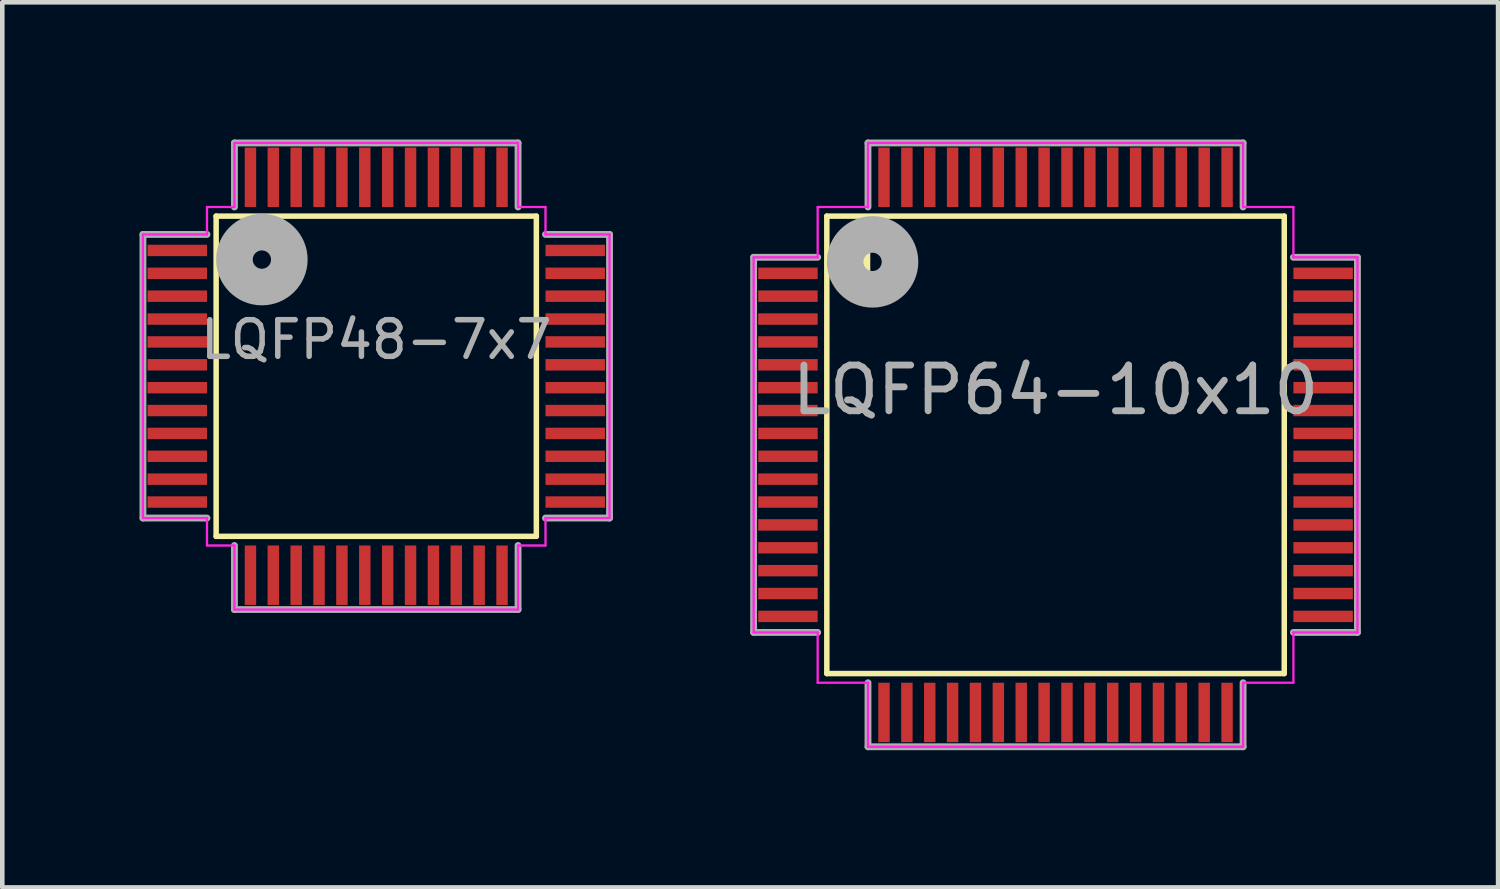
<source format=kicad_pcb>
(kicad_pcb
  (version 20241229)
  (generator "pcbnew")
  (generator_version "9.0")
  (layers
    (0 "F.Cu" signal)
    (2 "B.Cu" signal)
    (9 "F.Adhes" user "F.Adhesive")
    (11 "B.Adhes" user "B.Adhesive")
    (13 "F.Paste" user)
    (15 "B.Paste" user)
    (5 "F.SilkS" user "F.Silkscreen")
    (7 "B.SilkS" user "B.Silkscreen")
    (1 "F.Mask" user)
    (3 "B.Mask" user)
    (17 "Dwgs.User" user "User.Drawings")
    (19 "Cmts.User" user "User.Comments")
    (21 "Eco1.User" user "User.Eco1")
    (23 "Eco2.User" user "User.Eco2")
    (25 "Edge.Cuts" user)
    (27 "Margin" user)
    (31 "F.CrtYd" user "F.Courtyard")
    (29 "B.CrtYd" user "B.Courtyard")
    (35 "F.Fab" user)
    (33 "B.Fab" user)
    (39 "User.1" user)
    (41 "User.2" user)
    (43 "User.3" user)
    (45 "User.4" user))
  (footprint "LQFP64-10x10"
    (layer "F.Cu")
    (at 20.025 6.675)
    (property "Reference" "LQFP64-10x10" (at 0 -1.2 0) (layer "F.Fab") (effects (font (size 1 1) (thickness 0.15))))
    (attr smd)
    (fp_line (start -5 -5) (end 5 -5) (stroke (width 0.12) (type solid)) (layer "F.SilkS"))
    (fp_line (start -5 5) (end -5 -5) (stroke (width 0.12) (type solid)) (layer "F.SilkS"))
    (fp_line (start 5 -5) (end 5 5) (stroke (width 0.12) (type solid)) (layer "F.SilkS"))
    (fp_line (start 5 5) (end -5 5) (stroke (width 0.12) (type solid)) (layer "F.SilkS"))
    (fp_poly (pts (xy -4.1 -3.25) (xy -4.6 -3.75) (xy -4.1 -4.25)) (stroke (width 0.1) (type solid)) (fill yes) (layer "F.SilkS"))
    (fp_line (start -6.6 -4.1) (end -5.2 -4.1) (stroke (width 0.05) (type solid)) (layer "F.CrtYd"))
    (fp_line (start -6.6 4.1) (end -6.6 -4.1) (stroke (width 0.05) (type solid)) (layer "F.CrtYd"))
    (fp_line (start -5.2 -5.2) (end -4.1 -5.2) (stroke (width 0.05) (type solid)) (layer "F.CrtYd"))
    (fp_line (start -5.2 -4.1) (end -5.2 -5.2) (stroke (width 0.05) (type solid)) (layer "F.CrtYd"))
    (fp_line (start -5.2 4.1) (end -6.6 4.1) (stroke (width 0.05) (type solid)) (layer "F.CrtYd"))
    (fp_line (start -5.2 5.2) (end -5.2 4.1) (stroke (width 0.05) (type solid)) (layer "F.CrtYd"))
    (fp_line (start -4.1 -6.6) (end 4.1 -6.6) (stroke (width 0.05) (type solid)) (layer "F.CrtYd"))
    (fp_line (start -4.1 -5.2) (end -4.1 -6.6) (stroke (width 0.05) (type solid)) (layer "F.CrtYd"))
    (fp_line (start -4.1 5.2) (end -5.2 5.2) (stroke (width 0.05) (type solid)) (layer "F.CrtYd"))
    (fp_line (start -4.1 6.6) (end -4.1 5.2) (stroke (width 0.05) (type solid)) (layer "F.CrtYd"))
    (fp_line (start 4.1 -6.6) (end 4.1 -5.2) (stroke (width 0.05) (type solid)) (layer "F.CrtYd"))
    (fp_line (start 4.1 -5.2) (end 5.2 -5.2) (stroke (width 0.05) (type solid)) (layer "F.CrtYd"))
    (fp_line (start 4.1 5.2) (end 4.1 6.6) (stroke (width 0.05) (type solid)) (layer "F.CrtYd"))
    (fp_line (start 4.1 6.6) (end -4.1 6.6) (stroke (width 0.05) (type solid)) (layer "F.CrtYd"))
    (fp_line (start 5.2 -5.2) (end 5.2 -4.1) (stroke (width 0.05) (type solid)) (layer "F.CrtYd"))
    (fp_line (start 5.2 -4.1) (end 6.6 -4.1) (stroke (width 0.05) (type solid)) (layer "F.CrtYd"))
    (fp_line (start 5.2 4.1) (end 5.2 5.2) (stroke (width 0.05) (type solid)) (layer "F.CrtYd"))
    (fp_line (start 5.2 5.2) (end 4.1 5.2) (stroke (width 0.05) (type solid)) (layer "F.CrtYd"))
    (fp_line (start 6.6 -4.1) (end 6.6 4.1) (stroke (width 0.05) (type solid)) (layer "F.CrtYd"))
    (fp_line (start 6.6 4.1) (end 5.2 4.1) (stroke (width 0.05) (type solid)) (layer "F.CrtYd"))
    (fp_line (start -6.6 -4.1) (end -6.6 4.1) (stroke (width 0.15) (type solid)) (layer "F.Fab"))
    (fp_line (start -6.6 -4.1) (end -5.2 -4.1) (stroke (width 0.15) (type solid)) (layer "F.Fab"))
    (fp_line (start -5.2 4.1) (end -6.6 4.1) (stroke (width 0.15) (type solid)) (layer "F.Fab"))
    (fp_line (start -4.1 -6.6) (end -4.1 -5.2) (stroke (width 0.15) (type solid)) (layer "F.Fab"))
    (fp_line (start -4.1 -6.6) (end 4.1 -6.6) (stroke (width 0.15) (type solid)) (layer "F.Fab"))
    (fp_line (start -4.1 5.2) (end -4.1 6.6) (stroke (width 0.15) (type solid)) (layer "F.Fab"))
    (fp_line (start 4.1 -6.6) (end 4.1 -5.2) (stroke (width 0.15) (type solid)) (layer "F.Fab"))
    (fp_line (start 4.1 5.2) (end 4.1 6.6) (stroke (width 0.15) (type solid)) (layer "F.Fab"))
    (fp_line (start 4.1 6.6) (end -4.1 6.6) (stroke (width 0.15) (type solid)) (layer "F.Fab"))
    (fp_line (start 5.2 -4.1) (end 6.6 -4.1) (stroke (width 0.15) (type solid)) (layer "F.Fab"))
    (fp_line (start 5.2 4.1) (end 6.6 4.1) (stroke (width 0.15) (type solid)) (layer "F.Fab"))
    (fp_line (start 6.6 4.1) (end 6.6 -4.1) (stroke (width 0.15) (type solid)) (layer "F.Fab"))
    (fp_circle (center -4 -4) (end -3.8 -4) (stroke (width 0.8) (type solid)) (fill no) (layer "F.Fab"))
    (pad "1" smd rect (at -5.85 -3.75) (size 1.3 0.25) (layers "F.Cu" "F.Mask" "F.Paste"))
    (pad "2" smd rect (at -5.85 -3.25) (size 1.3 0.25) (layers "F.Cu" "F.Mask" "F.Paste"))
    (pad "3" smd rect (at -5.85 -2.75) (size 1.3 0.25) (layers "F.Cu" "F.Mask" "F.Paste"))
    (pad "4" smd rect (at -5.85 -2.25) (size 1.3 0.25) (layers "F.Cu" "F.Mask" "F.Paste"))
    (pad "5" smd rect (at -5.85 -1.75) (size 1.3 0.25) (layers "F.Cu" "F.Mask" "F.Paste"))
    (pad "6" smd rect (at -5.85 -1.25) (size 1.3 0.25) (layers "F.Cu" "F.Mask" "F.Paste"))
    (pad "7" smd rect (at -5.85 -0.75) (size 1.3 0.25) (layers "F.Cu" "F.Mask" "F.Paste"))
    (pad "8" smd rect (at -5.85 -0.25) (size 1.3 0.25) (layers "F.Cu" "F.Mask" "F.Paste"))
    (pad "9" smd rect (at -5.85 0.25) (size 1.3 0.25) (layers "F.Cu" "F.Mask" "F.Paste"))
    (pad "10" smd rect (at -5.85 0.75) (size 1.3 0.25) (layers "F.Cu" "F.Mask" "F.Paste"))
    (pad "11" smd rect (at -5.85 1.25) (size 1.3 0.25) (layers "F.Cu" "F.Mask" "F.Paste"))
    (pad "12" smd rect (at -5.85 1.75) (size 1.3 0.25) (layers "F.Cu" "F.Mask" "F.Paste"))
    (pad "13" smd rect (at -5.85 2.25) (size 1.3 0.25) (layers "F.Cu" "F.Mask" "F.Paste"))
    (pad "14" smd rect (at -5.85 2.75) (size 1.3 0.25) (layers "F.Cu" "F.Mask" "F.Paste"))
    (pad "15" smd rect (at -5.85 3.25) (size 1.3 0.25) (layers "F.Cu" "F.Mask" "F.Paste"))
    (pad "16" smd rect (at -5.85 3.75) (size 1.3 0.25) (layers "F.Cu" "F.Mask" "F.Paste"))
    (pad "17" smd rect (at -3.75 5.85 90) (size 1.3 0.25) (layers "F.Cu" "F.Mask" "F.Paste"))
    (pad "18" smd rect (at -3.25 5.85 90) (size 1.3 0.25) (layers "F.Cu" "F.Mask" "F.Paste"))
    (pad "19" smd rect (at -2.75 5.85 90) (size 1.3 0.25) (layers "F.Cu" "F.Mask" "F.Paste"))
    (pad "20" smd rect (at -2.25 5.85 90) (size 1.3 0.25) (layers "F.Cu" "F.Mask" "F.Paste"))
    (pad "21" smd rect (at -1.75 5.85 90) (size 1.3 0.25) (layers "F.Cu" "F.Mask" "F.Paste"))
    (pad "22" smd rect (at -1.25 5.85 90) (size 1.3 0.25) (layers "F.Cu" "F.Mask" "F.Paste"))
    (pad "23" smd rect (at -0.75 5.85 90) (size 1.3 0.25) (layers "F.Cu" "F.Mask" "F.Paste"))
    (pad "24" smd rect (at -0.25 5.85 90) (size 1.3 0.25) (layers "F.Cu" "F.Mask" "F.Paste"))
    (pad "25" smd rect (at 0.25 5.85 90) (size 1.3 0.25) (layers "F.Cu" "F.Mask" "F.Paste"))
    (pad "26" smd rect (at 0.75 5.85 90) (size 1.3 0.25) (layers "F.Cu" "F.Mask" "F.Paste"))
    (pad "27" smd rect (at 1.25 5.85 90) (size 1.3 0.25) (layers "F.Cu" "F.Mask" "F.Paste"))
    (pad "28" smd rect (at 1.75 5.85 90) (size 1.3 0.25) (layers "F.Cu" "F.Mask" "F.Paste"))
    (pad "29" smd rect (at 2.25 5.85 90) (size 1.3 0.25) (layers "F.Cu" "F.Mask" "F.Paste"))
    (pad "30" smd rect (at 2.75 5.85 90) (size 1.3 0.25) (layers "F.Cu" "F.Mask" "F.Paste"))
    (pad "31" smd rect (at 3.25 5.85 90) (size 1.3 0.25) (layers "F.Cu" "F.Mask" "F.Paste"))
    (pad "32" smd rect (at 3.75 5.85 90) (size 1.3 0.25) (layers "F.Cu" "F.Mask" "F.Paste"))
    (pad "33" smd rect (at 5.85 3.75) (size 1.3 0.25) (layers "F.Cu" "F.Mask" "F.Paste"))
    (pad "34" smd rect (at 5.85 3.25) (size 1.3 0.25) (layers "F.Cu" "F.Mask" "F.Paste"))
    (pad "35" smd rect (at 5.85 2.75) (size 1.3 0.25) (layers "F.Cu" "F.Mask" "F.Paste"))
    (pad "36" smd rect (at 5.85 2.25) (size 1.3 0.25) (layers "F.Cu" "F.Mask" "F.Paste"))
    (pad "37" smd rect (at 5.85 1.75) (size 1.3 0.25) (layers "F.Cu" "F.Mask" "F.Paste"))
    (pad "38" smd rect (at 5.85 1.25) (size 1.3 0.25) (layers "F.Cu" "F.Mask" "F.Paste"))
    (pad "39" smd rect (at 5.85 0.75) (size 1.3 0.25) (layers "F.Cu" "F.Mask" "F.Paste"))
    (pad "40" smd rect (at 5.85 0.25) (size 1.3 0.25) (layers "F.Cu" "F.Mask" "F.Paste"))
    (pad "41" smd rect (at 5.85 -0.25) (size 1.3 0.25) (layers "F.Cu" "F.Mask" "F.Paste"))
    (pad "42" smd rect (at 5.85 -0.75) (size 1.3 0.25) (layers "F.Cu" "F.Mask" "F.Paste"))
    (pad "43" smd rect (at 5.85 -1.25) (size 1.3 0.25) (layers "F.Cu" "F.Mask" "F.Paste"))
    (pad "44" smd rect (at 5.85 -1.75) (size 1.3 0.25) (layers "F.Cu" "F.Mask" "F.Paste"))
    (pad "45" smd rect (at 5.85 -2.25) (size 1.3 0.25) (layers "F.Cu" "F.Mask" "F.Paste"))
    (pad "46" smd rect (at 5.85 -2.75) (size 1.3 0.25) (layers "F.Cu" "F.Mask" "F.Paste"))
    (pad "47" smd rect (at 5.85 -3.25) (size 1.3 0.25) (layers "F.Cu" "F.Mask" "F.Paste"))
    (pad "48" smd rect (at 5.85 -3.75) (size 1.3 0.25) (layers "F.Cu" "F.Mask" "F.Paste"))
    (pad "49" smd rect (at 3.75 -5.85 90) (size 1.3 0.25) (layers "F.Cu" "F.Mask" "F.Paste"))
    (pad "50" smd rect (at 3.25 -5.85 90) (size 1.3 0.25) (layers "F.Cu" "F.Mask" "F.Paste"))
    (pad "51" smd rect (at 2.75 -5.85 90) (size 1.3 0.25) (layers "F.Cu" "F.Mask" "F.Paste"))
    (pad "52" smd rect (at 2.25 -5.85 90) (size 1.3 0.25) (layers "F.Cu" "F.Mask" "F.Paste"))
    (pad "53" smd rect (at 1.75 -5.85 90) (size 1.3 0.25) (layers "F.Cu" "F.Mask" "F.Paste"))
    (pad "54" smd rect (at 1.25 -5.85 90) (size 1.3 0.25) (layers "F.Cu" "F.Mask" "F.Paste"))
    (pad "55" smd rect (at 0.75 -5.85 90) (size 1.3 0.25) (layers "F.Cu" "F.Mask" "F.Paste"))
    (pad "56" smd rect (at 0.25 -5.85 90) (size 1.3 0.25) (layers "F.Cu" "F.Mask" "F.Paste"))
    (pad "57" smd rect (at -0.25 -5.85 90) (size 1.3 0.25) (layers "F.Cu" "F.Mask" "F.Paste"))
    (pad "58" smd rect (at -0.75 -5.85 90) (size 1.3 0.25) (layers "F.Cu" "F.Mask" "F.Paste"))
    (pad "59" smd rect (at -1.25 -5.85 90) (size 1.3 0.25) (layers "F.Cu" "F.Mask" "F.Paste"))
    (pad "60" smd rect (at -1.75 -5.85 90) (size 1.3 0.25) (layers "F.Cu" "F.Mask" "F.Paste"))
    (pad "61" smd rect (at -2.25 -5.85 90) (size 1.3 0.25) (layers "F.Cu" "F.Mask" "F.Paste"))
    (pad "62" smd rect (at -2.75 -5.85 90) (size 1.3 0.25) (layers "F.Cu" "F.Mask" "F.Paste"))
    (pad "63" smd rect (at -3.25 -5.85 90) (size 1.3 0.25) (layers "F.Cu" "F.Mask" "F.Paste"))
    (pad "64" smd rect (at -3.75 -5.85 90) (size 1.3 0.25) (layers "F.Cu" "F.Mask" "F.Paste")))
  (footprint "LQFP48-7x7"
    (layer "F.Cu")
    (at 5.175 5.175)
    (property "Reference" "LQFP48-7x7" (at 0 -0.8 0) (layer "F.Fab") (effects (font (size 0.8 0.8) (thickness 0.12))))
    (attr smd)
    (fp_line (start -3.5 -3.5) (end -3.5 3.5) (stroke (width 0.12) (type solid)) (layer "F.SilkS"))
    (fp_line (start -3.5 3.5) (end 3.5 3.5) (stroke (width 0.12) (type solid)) (layer "F.SilkS"))
    (fp_line (start 3.5 -3.5) (end -3.5 -3.5) (stroke (width 0.12) (type solid)) (layer "F.SilkS"))
    (fp_line (start 3.5 3.5) (end 3.5 -3.5) (stroke (width 0.12) (type solid)) (layer "F.SilkS"))
    (fp_poly (pts (xy -2.8 -2.35) (xy -3.2 -2.75) (xy -2.8 -3.15)) (stroke (width 0.1) (type solid)) (fill yes) (layer "F.SilkS"))
    (fp_line (start -5.1 -3.1) (end -3.7 -3.1) (stroke (width 0.05) (type solid)) (layer "F.CrtYd"))
    (fp_line (start -5.1 3.1) (end -5.1 -3.1) (stroke (width 0.05) (type solid)) (layer "F.CrtYd"))
    (fp_line (start -3.7 -3.7) (end -3.1 -3.7) (stroke (width 0.05) (type solid)) (layer "F.CrtYd"))
    (fp_line (start -3.7 -3.1) (end -3.7 -3.7) (stroke (width 0.05) (type solid)) (layer "F.CrtYd"))
    (fp_line (start -3.7 3.1) (end -5.1 3.1) (stroke (width 0.05) (type solid)) (layer "F.CrtYd"))
    (fp_line (start -3.7 3.7) (end -3.7 3.1) (stroke (width 0.05) (type solid)) (layer "F.CrtYd"))
    (fp_line (start -3.1 -5.1) (end 3.1 -5.1) (stroke (width 0.05) (type solid)) (layer "F.CrtYd"))
    (fp_line (start -3.1 -3.7) (end -3.1 -5.1) (stroke (width 0.05) (type solid)) (layer "F.CrtYd"))
    (fp_line (start -3.1 3.7) (end -3.7 3.7) (stroke (width 0.05) (type solid)) (layer "F.CrtYd"))
    (fp_line (start -3.1 5.1) (end -3.1 3.7) (stroke (width 0.05) (type solid)) (layer "F.CrtYd"))
    (fp_line (start 3.1 -5.1) (end 3.1 -3.7) (stroke (width 0.05) (type solid)) (layer "F.CrtYd"))
    (fp_line (start 3.1 -3.7) (end 3.7 -3.7) (stroke (width 0.05) (type solid)) (layer "F.CrtYd"))
    (fp_line (start 3.1 3.7) (end 3.1 5.1) (stroke (width 0.05) (type solid)) (layer "F.CrtYd"))
    (fp_line (start 3.1 5.1) (end -3.1 5.1) (stroke (width 0.05) (type solid)) (layer "F.CrtYd"))
    (fp_line (start 3.7 -3.7) (end 3.7 -3.1) (stroke (width 0.05) (type solid)) (layer "F.CrtYd"))
    (fp_line (start 3.7 -3.1) (end 5.1 -3.1) (stroke (width 0.05) (type solid)) (layer "F.CrtYd"))
    (fp_line (start 3.7 3.1) (end 3.7 3.7) (stroke (width 0.05) (type solid)) (layer "F.CrtYd"))
    (fp_line (start 3.7 3.7) (end 3.1 3.7) (stroke (width 0.05) (type solid)) (layer "F.CrtYd"))
    (fp_line (start 5.1 -3.1) (end 5.1 3.1) (stroke (width 0.05) (type solid)) (layer "F.CrtYd"))
    (fp_line (start 5.1 3.1) (end 3.7 3.1) (stroke (width 0.05) (type solid)) (layer "F.CrtYd"))
    (fp_line (start -5.1 -3.1) (end -5.1 3.1) (stroke (width 0.15) (type solid)) (layer "F.Fab"))
    (fp_line (start -5.1 3.1) (end -3.7 3.1) (stroke (width 0.15) (type solid)) (layer "F.Fab"))
    (fp_line (start -3.7 -3.1) (end -5.1 -3.1) (stroke (width 0.15) (type solid)) (layer "F.Fab"))
    (fp_line (start -3.1 -5.1) (end 3.1 -5.1) (stroke (width 0.15) (type solid)) (layer "F.Fab"))
    (fp_line (start -3.1 -3.7) (end -3.1 -5.1) (stroke (width 0.15) (type solid)) (layer "F.Fab"))
    (fp_line (start -3.1 5.1) (end -3.1 3.7) (stroke (width 0.15) (type solid)) (layer "F.Fab"))
    (fp_line (start -3.1 5.1) (end 3.1 5.1) (stroke (width 0.15) (type solid)) (layer "F.Fab"))
    (fp_line (start 3.1 -3.7) (end 3.1 -5.1) (stroke (width 0.15) (type solid)) (layer "F.Fab"))
    (fp_line (start 3.1 5.1) (end 3.1 3.7) (stroke (width 0.15) (type solid)) (layer "F.Fab"))
    (fp_line (start 3.7 -3.1) (end 5.1 -3.1) (stroke (width 0.15) (type solid)) (layer "F.Fab"))
    (fp_line (start 5.1 -3.1) (end 5.1 3.1) (stroke (width 0.15) (type solid)) (layer "F.Fab"))
    (fp_line (start 5.1 3.1) (end 3.7 3.1) (stroke (width 0.15) (type solid)) (layer "F.Fab"))
    (fp_circle (center -2.5 -2.55) (end -2.3 -2.55) (stroke (width 0.8) (type solid)) (fill no) (layer "F.Fab"))
    (pad "1" smd rect (at -4.35 -2.75) (size 1.3 0.25) (layers "F.Cu" "F.Mask" "F.Paste"))
    (pad "2" smd rect (at -4.35 -2.25) (size 1.3 0.25) (layers "F.Cu" "F.Mask" "F.Paste"))
    (pad "3" smd rect (at -4.35 -1.75) (size 1.3 0.25) (layers "F.Cu" "F.Mask" "F.Paste"))
    (pad "4" smd rect (at -4.35 -1.25) (size 1.3 0.25) (layers "F.Cu" "F.Mask" "F.Paste"))
    (pad "5" smd rect (at -4.35 -0.75) (size 1.3 0.25) (layers "F.Cu" "F.Mask" "F.Paste"))
    (pad "6" smd rect (at -4.35 -0.25) (size 1.3 0.25) (layers "F.Cu" "F.Mask" "F.Paste"))
    (pad "7" smd rect (at -4.35 0.25) (size 1.3 0.25) (layers "F.Cu" "F.Mask" "F.Paste"))
    (pad "8" smd rect (at -4.35 0.75) (size 1.3 0.25) (layers "F.Cu" "F.Mask" "F.Paste"))
    (pad "9" smd rect (at -4.35 1.25) (size 1.3 0.25) (layers "F.Cu" "F.Mask" "F.Paste"))
    (pad "10" smd rect (at -4.35 1.75) (size 1.3 0.25) (layers "F.Cu" "F.Mask" "F.Paste"))
    (pad "11" smd rect (at -4.35 2.25) (size 1.3 0.25) (layers "F.Cu" "F.Mask" "F.Paste"))
    (pad "12" smd rect (at -4.35 2.75) (size 1.3 0.25) (layers "F.Cu" "F.Mask" "F.Paste"))
    (pad "13" smd rect (at -2.75 4.35 90) (size 1.3 0.25) (layers "F.Cu" "F.Mask" "F.Paste"))
    (pad "14" smd rect (at -2.25 4.35 90) (size 1.3 0.25) (layers "F.Cu" "F.Mask" "F.Paste"))
    (pad "15" smd rect (at -1.75 4.35 90) (size 1.3 0.25) (layers "F.Cu" "F.Mask" "F.Paste"))
    (pad "16" smd rect (at -1.25 4.35 90) (size 1.3 0.25) (layers "F.Cu" "F.Mask" "F.Paste"))
    (pad "17" smd rect (at -0.75 4.35 90) (size 1.3 0.25) (layers "F.Cu" "F.Mask" "F.Paste"))
    (pad "18" smd rect (at -0.25 4.35 90) (size 1.3 0.25) (layers "F.Cu" "F.Mask" "F.Paste"))
    (pad "19" smd rect (at 0.25 4.35 90) (size 1.3 0.25) (layers "F.Cu" "F.Mask" "F.Paste"))
    (pad "20" smd rect (at 0.75 4.35 90) (size 1.3 0.25) (layers "F.Cu" "F.Mask" "F.Paste"))
    (pad "21" smd rect (at 1.25 4.35 90) (size 1.3 0.25) (layers "F.Cu" "F.Mask" "F.Paste"))
    (pad "22" smd rect (at 1.75 4.35 90) (size 1.3 0.25) (layers "F.Cu" "F.Mask" "F.Paste"))
    (pad "23" smd rect (at 2.25 4.35 90) (size 1.3 0.25) (layers "F.Cu" "F.Mask" "F.Paste"))
    (pad "24" smd rect (at 2.75 4.35 90) (size 1.3 0.25) (layers "F.Cu" "F.Mask" "F.Paste"))
    (pad "25" smd rect (at 4.35 2.75) (size 1.3 0.25) (layers "F.Cu" "F.Mask" "F.Paste"))
    (pad "26" smd rect (at 4.35 2.25) (size 1.3 0.25) (layers "F.Cu" "F.Mask" "F.Paste"))
    (pad "27" smd rect (at 4.35 1.75) (size 1.3 0.25) (layers "F.Cu" "F.Mask" "F.Paste"))
    (pad "28" smd rect (at 4.35 1.25) (size 1.3 0.25) (layers "F.Cu" "F.Mask" "F.Paste"))
    (pad "29" smd rect (at 4.35 0.75) (size 1.3 0.25) (layers "F.Cu" "F.Mask" "F.Paste"))
    (pad "30" smd rect (at 4.35 0.25) (size 1.3 0.25) (layers "F.Cu" "F.Mask" "F.Paste"))
    (pad "31" smd rect (at 4.35 -0.25) (size 1.3 0.25) (layers "F.Cu" "F.Mask" "F.Paste"))
    (pad "32" smd rect (at 4.35 -0.75) (size 1.3 0.25) (layers "F.Cu" "F.Mask" "F.Paste"))
    (pad "33" smd rect (at 4.35 -1.25) (size 1.3 0.25) (layers "F.Cu" "F.Mask" "F.Paste"))
    (pad "34" smd rect (at 4.35 -1.75) (size 1.3 0.25) (layers "F.Cu" "F.Mask" "F.Paste"))
    (pad "35" smd rect (at 4.35 -2.25) (size 1.3 0.25) (layers "F.Cu" "F.Mask" "F.Paste"))
    (pad "36" smd rect (at 4.35 -2.75) (size 1.3 0.25) (layers "F.Cu" "F.Mask" "F.Paste"))
    (pad "37" smd rect (at 2.75 -4.35 90) (size 1.3 0.25) (layers "F.Cu" "F.Mask" "F.Paste"))
    (pad "38" smd rect (at 2.25 -4.35 90) (size 1.3 0.25) (layers "F.Cu" "F.Mask" "F.Paste"))
    (pad "39" smd rect (at 1.75 -4.35 90) (size 1.3 0.25) (layers "F.Cu" "F.Mask" "F.Paste"))
    (pad "40" smd rect (at 1.25 -4.35 90) (size 1.3 0.25) (layers "F.Cu" "F.Mask" "F.Paste"))
    (pad "41" smd rect (at 0.75 -4.35 90) (size 1.3 0.25) (layers "F.Cu" "F.Mask" "F.Paste"))
    (pad "42" smd rect (at 0.25 -4.35 90) (size 1.3 0.25) (layers "F.Cu" "F.Mask" "F.Paste"))
    (pad "43" smd rect (at -0.25 -4.35 90) (size 1.3 0.25) (layers "F.Cu" "F.Mask" "F.Paste"))
    (pad "44" smd rect (at -0.75 -4.35 90) (size 1.3 0.25) (layers "F.Cu" "F.Mask" "F.Paste"))
    (pad "45" smd rect (at -1.25 -4.35 90) (size 1.3 0.25) (layers "F.Cu" "F.Mask" "F.Paste"))
    (pad "46" smd rect (at -1.75 -4.35 90) (size 1.3 0.25) (layers "F.Cu" "F.Mask" "F.Paste"))
    (pad "47" smd rect (at -2.25 -4.35 90) (size 1.3 0.25) (layers "F.Cu" "F.Mask" "F.Paste"))
    (pad "48" smd rect (at -2.75 -4.35 90) (size 1.3 0.25) (layers "F.Cu" "F.Mask" "F.Paste")))
  (gr_rect
    (start -3 -3)
    (end 29.7 16.35)
    (stroke (width 0.1) (type default))
    (fill no)
    (layer "Edge.Cuts")))
</source>
